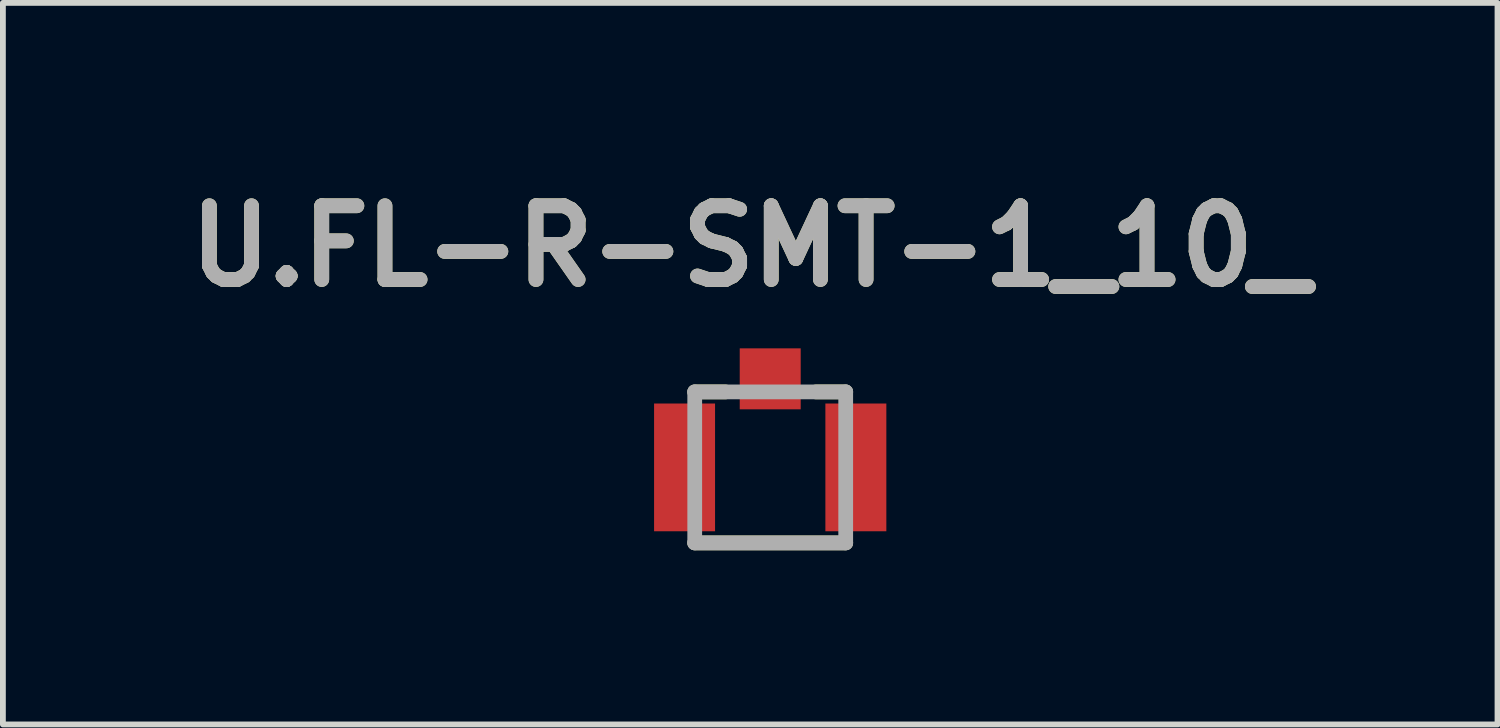
<source format=kicad_pcb>
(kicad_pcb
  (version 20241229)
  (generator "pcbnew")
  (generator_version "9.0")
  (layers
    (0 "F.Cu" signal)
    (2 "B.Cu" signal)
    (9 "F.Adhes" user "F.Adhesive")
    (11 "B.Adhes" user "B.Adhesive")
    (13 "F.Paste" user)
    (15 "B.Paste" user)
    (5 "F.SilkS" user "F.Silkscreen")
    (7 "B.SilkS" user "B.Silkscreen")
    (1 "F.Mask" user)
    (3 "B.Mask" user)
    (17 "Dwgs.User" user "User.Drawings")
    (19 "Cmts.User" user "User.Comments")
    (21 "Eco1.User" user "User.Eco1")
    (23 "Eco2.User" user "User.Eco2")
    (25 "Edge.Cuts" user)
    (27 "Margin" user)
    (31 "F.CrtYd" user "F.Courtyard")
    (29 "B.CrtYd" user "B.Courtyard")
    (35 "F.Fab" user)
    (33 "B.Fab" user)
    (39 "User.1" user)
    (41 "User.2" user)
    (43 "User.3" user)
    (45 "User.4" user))
  (footprint "U.FL-R-SMT-1_10_"
    (layer "F.Cu")
    (at 10.214 4.999)
    (property "Reference" "U.FL-R-SMT-1_10_" (at -0.345 -3.81 0) (layer "F.SilkS") (effects (font (size 1.27 1.27) (thickness 0.254))))
    (attr smd)
    (fp_line (start -1.3 -1.3) (end -0.77 -1.3) (stroke (width 0.254) (type solid)) (layer "F.SilkS"))
    (fp_line (start -1.3 1.3) (end 1.3 1.3) (stroke (width 0.254) (type solid)) (layer "F.SilkS"))
    (fp_line (start 1.3 -1.3) (end 0.788 -1.3) (stroke (width 0.254) (type solid)) (layer "F.SilkS"))
    (fp_line (start -1.3 -1.3) (end 1.3 -1.3) (stroke (width 0.254) (type solid)) (layer "F.Fab"))
    (fp_line (start -1.3 1.3) (end -1.3 -1.3) (stroke (width 0.254) (type solid)) (layer "F.Fab"))
    (fp_line (start 1.3 -1.3) (end 1.3 1.3) (stroke (width 0.254) (type solid)) (layer "F.Fab"))
    (fp_line (start 1.3 1.3) (end -1.3 1.3) (stroke (width 0.254) (type solid)) (layer "F.Fab"))
    (fp_text user "${REFERENCE}" (at -0.345 -3.81 0) (layer "F.Fab") (effects (font (size 1.27 1.27) (thickness 0.254))))
    (pad "1" smd rect (at -1.475 0) (size 1.05 2.2) (layers "F.Cu" "F.Mask" "F.Paste"))
    (pad "2" smd rect (at 1.475 0) (size 1.05 2.2) (layers "F.Cu" "F.Mask" "F.Paste"))
    (pad "3" smd rect (at 0 -1.525 90) (size 1.05 1.05) (layers "F.Cu" "F.Mask" "F.Paste")))
  (gr_rect
    (start -3 -3)
    (end 22.739 9.426)
    (stroke (width 0.1) (type default))
    (fill no)
    (layer "Edge.Cuts")))
</source>
